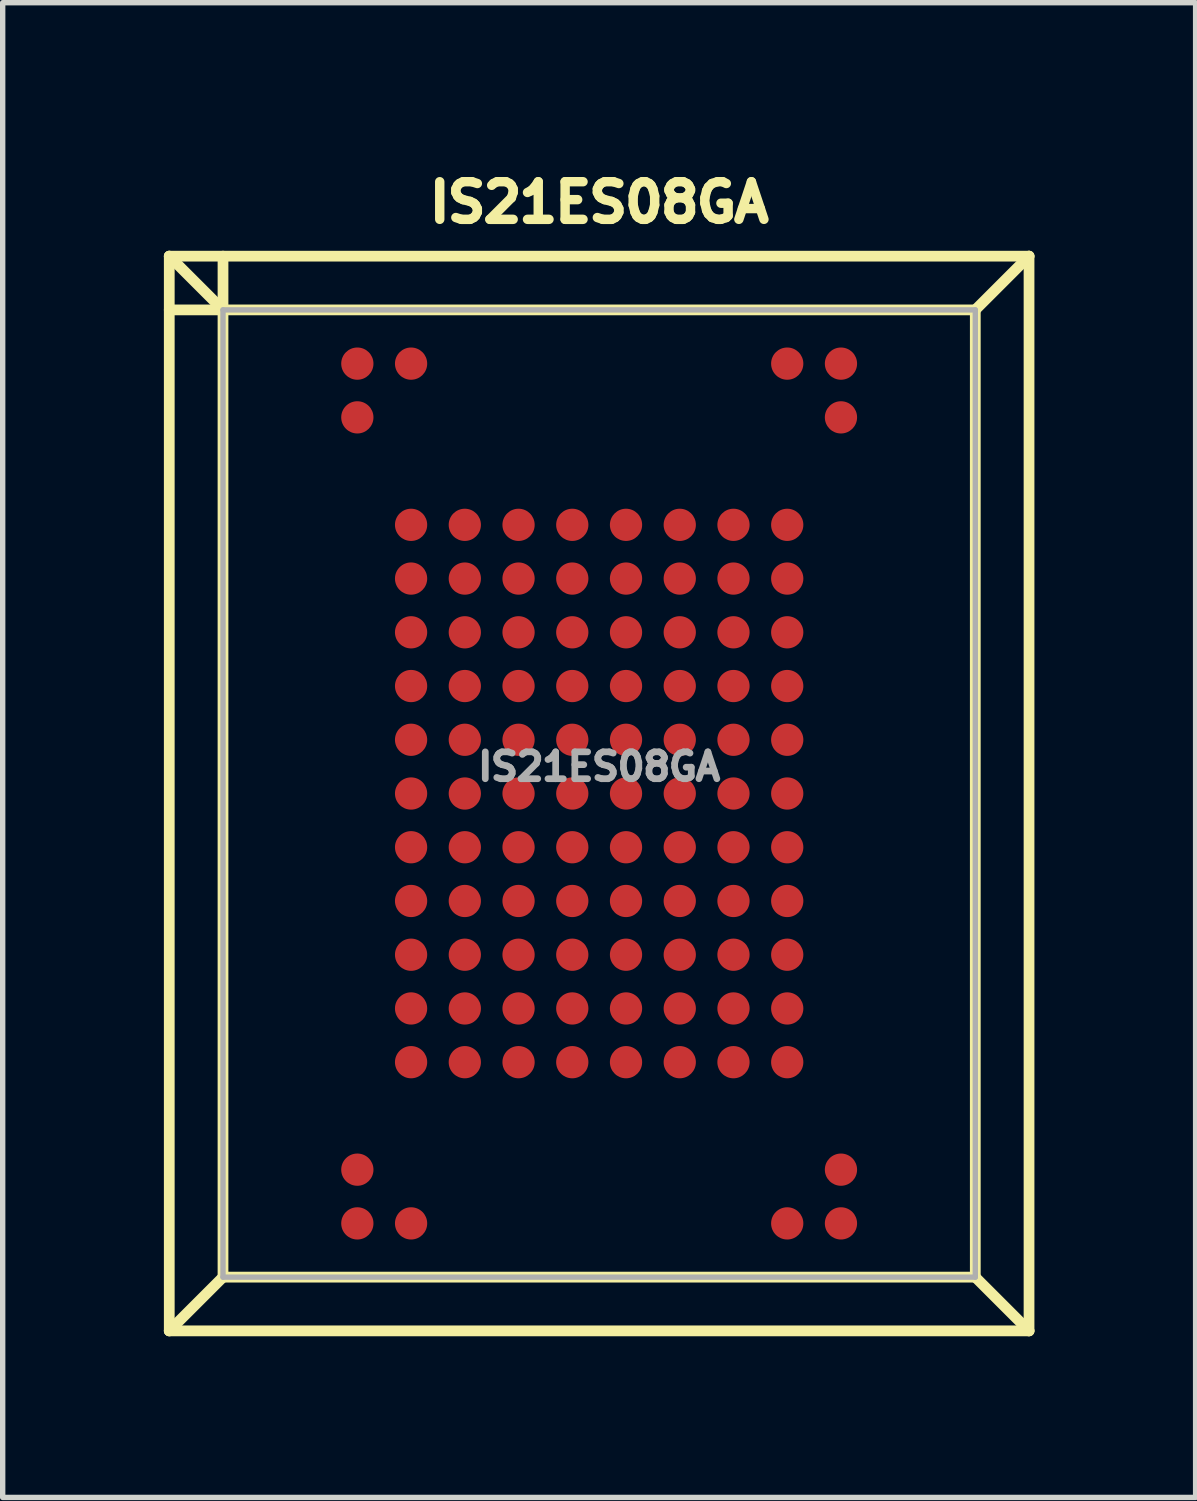
<source format=kicad_pcb>
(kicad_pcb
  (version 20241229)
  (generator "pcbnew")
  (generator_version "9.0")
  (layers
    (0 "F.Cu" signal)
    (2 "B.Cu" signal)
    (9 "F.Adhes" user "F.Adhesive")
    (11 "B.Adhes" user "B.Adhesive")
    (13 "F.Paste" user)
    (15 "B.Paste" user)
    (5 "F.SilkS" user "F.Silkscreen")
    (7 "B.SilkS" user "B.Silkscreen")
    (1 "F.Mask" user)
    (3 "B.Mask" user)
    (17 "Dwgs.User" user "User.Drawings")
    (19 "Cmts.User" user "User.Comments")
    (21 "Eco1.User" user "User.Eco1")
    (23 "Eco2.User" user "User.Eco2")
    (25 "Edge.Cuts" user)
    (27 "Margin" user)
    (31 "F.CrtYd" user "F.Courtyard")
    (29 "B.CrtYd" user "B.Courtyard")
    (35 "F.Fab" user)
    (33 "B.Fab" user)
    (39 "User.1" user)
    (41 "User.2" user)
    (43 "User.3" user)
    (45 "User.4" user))
  (footprint "IS21ES08GA"
    (layer "F.Cu")
    (at 8.1 11.717)
    (property "Reference" "IS21ES08GA" (at 0 -11 0) (layer "F.SilkS") (effects (font (size 0.7 0.7) (thickness 0.175) (bold yes))))
    (attr smd)
    (fp_line (start -8 -10) (end 8 -10) (stroke (width 0.2) (type default)) (layer "F.SilkS"))
    (fp_line (start -8 10) (end -8 -10) (stroke (width 0.2) (type default)) (layer "F.SilkS"))
    (fp_line (start -8 10) (end -7 9) (stroke (width 0.2) (type default)) (layer "F.SilkS"))
    (fp_line (start -7 -9) (end -8 -10) (stroke (width 0.2) (type default)) (layer "F.SilkS"))
    (fp_line (start -7 -9) (end -8 -9) (stroke (width 0.2) (type default)) (layer "F.SilkS"))
    (fp_line (start -7 -9) (end -7 -10) (stroke (width 0.2) (type default)) (layer "F.SilkS"))
    (fp_line (start -7 -9) (end -7 9) (stroke (width 0.2) (type default)) (layer "F.SilkS"))
    (fp_line (start -7 9) (end 7 9) (stroke (width 0.2) (type default)) (layer "F.SilkS"))
    (fp_line (start 7 -9) (end -7 -9) (stroke (width 0.2) (type default)) (layer "F.SilkS"))
    (fp_line (start 7 9) (end 7 -9) (stroke (width 0.2) (type default)) (layer "F.SilkS"))
    (fp_line (start 8 -10) (end 7 -9) (stroke (width 0.2) (type default)) (layer "F.SilkS"))
    (fp_line (start 8 -10) (end 8 10) (stroke (width 0.2) (type default)) (layer "F.SilkS"))
    (fp_line (start 8 10) (end -8 10) (stroke (width 0.2) (type default)) (layer "F.SilkS"))
    (fp_line (start 8 10) (end 7 9) (stroke (width 0.2) (type default)) (layer "F.SilkS"))
    (fp_line (start -7 -9) (end -7 9) (stroke (width 0.1) (type default)) (layer "F.Fab"))
    (fp_line (start -7 -9) (end 7 -9) (stroke (width 0.1) (type default)) (layer "F.Fab"))
    (fp_line (start -7 9) (end 7 9) (stroke (width 0.1) (type default)) (layer "F.Fab"))
    (fp_line (start 7 -9) (end 7 9) (stroke (width 0.1) (type default)) (layer "F.Fab"))
    (fp_text user "${REFERENCE}" (at 0 -0.5 0) (layer "F.Fab") (effects (font (size 0.5 0.5) (thickness 0.125))))
    (pad "A1" smd circle (at -4.5 -8) (size 0.6 0.6) (layers "F.Cu" "F.Mask" "F.Paste"))
    (pad "A2" smd circle (at -3.5 -8) (size 0.6 0.6) (layers "F.Cu" "F.Mask" "F.Paste"))
    (pad "A9" smd circle (at 3.5 -8) (size 0.6 0.6) (layers "F.Cu" "F.Mask" "F.Paste"))
    (pad "A10" smd circle (at 4.5 -8) (size 0.6 0.6) (layers "F.Cu" "F.Mask" "F.Paste"))
    (pad "B1" smd circle (at -4.5 -7) (size 0.6 0.6) (layers "F.Cu" "F.Mask" "F.Paste"))
    (pad "B10" smd circle (at 4.5 -7) (size 0.6 0.6) (layers "F.Cu" "F.Mask" "F.Paste"))
    (pad "D2" smd circle (at -3.5 -5) (size 0.6 0.6) (layers "F.Cu" "F.Mask" "F.Paste"))
    (pad "D3" smd circle (at -2.5 -5) (size 0.6 0.6) (layers "F.Cu" "F.Mask" "F.Paste"))
    (pad "D4" smd circle (at -1.5 -5) (size 0.6 0.6) (layers "F.Cu" "F.Mask" "F.Paste"))
    (pad "D5" smd circle (at -0.5 -5) (size 0.6 0.6) (layers "F.Cu" "F.Mask" "F.Paste"))
    (pad "D6" smd circle (at 0.5 -5) (size 0.6 0.6) (layers "F.Cu" "F.Mask" "F.Paste"))
    (pad "D7" smd circle (at 1.5 -5) (size 0.6 0.6) (layers "F.Cu" "F.Mask" "F.Paste"))
    (pad "D8" smd circle (at 2.5 -5) (size 0.6 0.6) (layers "F.Cu" "F.Mask" "F.Paste"))
    (pad "D9" smd circle (at 3.5 -5) (size 0.6 0.6) (layers "F.Cu" "F.Mask" "F.Paste"))
    (pad "E2" smd circle (at -3.5 -4) (size 0.6 0.6) (layers "F.Cu" "F.Mask" "F.Paste"))
    (pad "E3" smd circle (at -2.5 -4) (size 0.6 0.6) (layers "F.Cu" "F.Mask" "F.Paste"))
    (pad "E4" smd circle (at -1.5 -4) (size 0.6 0.6) (layers "F.Cu" "F.Mask" "F.Paste"))
    (pad "E5" smd circle (at -0.5 -4) (size 0.6 0.6) (layers "F.Cu" "F.Mask" "F.Paste"))
    (pad "E6" smd circle (at 0.5 -4) (size 0.6 0.6) (layers "F.Cu" "F.Mask" "F.Paste"))
    (pad "E7" smd circle (at 1.5 -4) (size 0.6 0.6) (layers "F.Cu" "F.Mask" "F.Paste"))
    (pad "E8" smd circle (at 2.5 -4) (size 0.6 0.6) (layers "F.Cu" "F.Mask" "F.Paste"))
    (pad "E9" smd circle (at 3.5 -4) (size 0.6 0.6) (layers "F.Cu" "F.Mask" "F.Paste"))
    (pad "F2" smd circle (at -3.5 -3) (size 0.6 0.6) (layers "F.Cu" "F.Mask" "F.Paste"))
    (pad "F3" smd circle (at -2.5 -3) (size 0.6 0.6) (layers "F.Cu" "F.Mask" "F.Paste"))
    (pad "F4" smd circle (at -1.5 -3) (size 0.6 0.6) (layers "F.Cu" "F.Mask" "F.Paste"))
    (pad "F5" smd circle (at -0.5 -3) (size 0.6 0.6) (layers "F.Cu" "F.Mask" "F.Paste"))
    (pad "F6" smd circle (at 0.5 -3) (size 0.6 0.6) (layers "F.Cu" "F.Mask" "F.Paste"))
    (pad "F7" smd circle (at 1.5 -3) (size 0.6 0.6) (layers "F.Cu" "F.Mask" "F.Paste"))
    (pad "F8" smd circle (at 2.5 -3) (size 0.6 0.6) (layers "F.Cu" "F.Mask" "F.Paste"))
    (pad "F9" smd circle (at 3.5 -3) (size 0.6 0.6) (layers "F.Cu" "F.Mask" "F.Paste"))
    (pad "G2" smd circle (at -3.5 -2) (size 0.6 0.6) (layers "F.Cu" "F.Mask" "F.Paste"))
    (pad "G3" smd circle (at -2.5 -2) (size 0.6 0.6) (layers "F.Cu" "F.Mask" "F.Paste"))
    (pad "G4" smd circle (at -1.5 -2) (size 0.6 0.6) (layers "F.Cu" "F.Mask" "F.Paste"))
    (pad "G5" smd circle (at -0.5 -2) (size 0.6 0.6) (layers "F.Cu" "F.Mask" "F.Paste"))
    (pad "G6" smd circle (at 0.5 -2) (size 0.6 0.6) (layers "F.Cu" "F.Mask" "F.Paste"))
    (pad "G7" smd circle (at 1.5 -2) (size 0.6 0.6) (layers "F.Cu" "F.Mask" "F.Paste"))
    (pad "G8" smd circle (at 2.5 -2) (size 0.6 0.6) (layers "F.Cu" "F.Mask" "F.Paste"))
    (pad "G9" smd circle (at 3.5 -2) (size 0.6 0.6) (layers "F.Cu" "F.Mask" "F.Paste"))
    (pad "H2" smd circle (at -3.5 -1) (size 0.6 0.6) (layers "F.Cu" "F.Mask" "F.Paste"))
    (pad "H3" smd circle (at -2.5 -1) (size 0.6 0.6) (layers "F.Cu" "F.Mask" "F.Paste"))
    (pad "H4" smd circle (at -1.5 -1) (size 0.6 0.6) (layers "F.Cu" "F.Mask" "F.Paste"))
    (pad "H5" smd circle (at -0.5 -1) (size 0.6 0.6) (layers "F.Cu" "F.Mask" "F.Paste"))
    (pad "H6" smd circle (at 0.5 -1) (size 0.6 0.6) (layers "F.Cu" "F.Mask" "F.Paste"))
    (pad "H7" smd circle (at 1.5 -1) (size 0.6 0.6) (layers "F.Cu" "F.Mask" "F.Paste"))
    (pad "H8" smd circle (at 2.5 -1) (size 0.6 0.6) (layers "F.Cu" "F.Mask" "F.Paste"))
    (pad "H9" smd circle (at 3.5 -1) (size 0.6 0.6) (layers "F.Cu" "F.Mask" "F.Paste"))
    (pad "J2" smd circle (at -3.5 0) (size 0.6 0.6) (layers "F.Cu" "F.Mask" "F.Paste"))
    (pad "J3" smd circle (at -2.5 0) (size 0.6 0.6) (layers "F.Cu" "F.Mask" "F.Paste"))
    (pad "J4" smd circle (at -1.5 0) (size 0.6 0.6) (layers "F.Cu" "F.Mask" "F.Paste"))
    (pad "J5" smd circle (at -0.5 0) (size 0.6 0.6) (layers "F.Cu" "F.Mask" "F.Paste"))
    (pad "J6" smd circle (at 0.5 0) (size 0.6 0.6) (layers "F.Cu" "F.Mask" "F.Paste"))
    (pad "J7" smd circle (at 1.5 0) (size 0.6 0.6) (layers "F.Cu" "F.Mask" "F.Paste"))
    (pad "J8" smd circle (at 2.5 0) (size 0.6 0.6) (layers "F.Cu" "F.Mask" "F.Paste"))
    (pad "J9" smd circle (at 3.5 0) (size 0.6 0.6) (layers "F.Cu" "F.Mask" "F.Paste"))
    (pad "K2" smd circle (at -3.5 1) (size 0.6 0.6) (layers "F.Cu" "F.Mask" "F.Paste"))
    (pad "K3" smd circle (at -2.5 1) (size 0.6 0.6) (layers "F.Cu" "F.Mask" "F.Paste"))
    (pad "K4" smd circle (at -1.5 1) (size 0.6 0.6) (layers "F.Cu" "F.Mask" "F.Paste"))
    (pad "K5" smd circle (at -0.5 1) (size 0.6 0.6) (layers "F.Cu" "F.Mask" "F.Paste"))
    (pad "K6" smd circle (at 0.5 1) (size 0.6 0.6) (layers "F.Cu" "F.Mask" "F.Paste"))
    (pad "K7" smd circle (at 1.5 1) (size 0.6 0.6) (layers "F.Cu" "F.Mask" "F.Paste"))
    (pad "K8" smd circle (at 2.5 1) (size 0.6 0.6) (layers "F.Cu" "F.Mask" "F.Paste"))
    (pad "K9" smd circle (at 3.5 1) (size 0.6 0.6) (layers "F.Cu" "F.Mask" "F.Paste"))
    (pad "L2" smd circle (at -3.5 2) (size 0.6 0.6) (layers "F.Cu" "F.Mask" "F.Paste"))
    (pad "L3" smd circle (at -2.5 2) (size 0.6 0.6) (layers "F.Cu" "F.Mask" "F.Paste"))
    (pad "L4" smd circle (at -1.5 2) (size 0.6 0.6) (layers "F.Cu" "F.Mask" "F.Paste"))
    (pad "L5" smd circle (at -0.5 2) (size 0.6 0.6) (layers "F.Cu" "F.Mask" "F.Paste"))
    (pad "L6" smd circle (at 0.5 2) (size 0.6 0.6) (layers "F.Cu" "F.Mask" "F.Paste"))
    (pad "L7" smd circle (at 1.5 2) (size 0.6 0.6) (layers "F.Cu" "F.Mask" "F.Paste"))
    (pad "L8" smd circle (at 2.5 2) (size 0.6 0.6) (layers "F.Cu" "F.Mask" "F.Paste"))
    (pad "L9" smd circle (at 3.5 2) (size 0.6 0.6) (layers "F.Cu" "F.Mask" "F.Paste"))
    (pad "M2" smd circle (at -3.5 3) (size 0.6 0.6) (layers "F.Cu" "F.Mask" "F.Paste"))
    (pad "M3" smd circle (at -2.5 3) (size 0.6 0.6) (layers "F.Cu" "F.Mask" "F.Paste"))
    (pad "M4" smd circle (at -1.5 3) (size 0.6 0.6) (layers "F.Cu" "F.Mask" "F.Paste"))
    (pad "M5" smd circle (at -0.5 3) (size 0.6 0.6) (layers "F.Cu" "F.Mask" "F.Paste"))
    (pad "M6" smd circle (at 0.5 3) (size 0.6 0.6) (layers "F.Cu" "F.Mask" "F.Paste"))
    (pad "M7" smd circle (at 1.5 3) (size 0.6 0.6) (layers "F.Cu" "F.Mask" "F.Paste"))
    (pad "M8" smd circle (at 2.5 3) (size 0.6 0.6) (layers "F.Cu" "F.Mask" "F.Paste"))
    (pad "M9" smd circle (at 3.5 3) (size 0.6 0.6) (layers "F.Cu" "F.Mask" "F.Paste"))
    (pad "N2" smd circle (at -3.5 4) (size 0.6 0.6) (layers "F.Cu" "F.Mask" "F.Paste"))
    (pad "N3" smd circle (at -2.5 4) (size 0.6 0.6) (layers "F.Cu" "F.Mask" "F.Paste"))
    (pad "N4" smd circle (at -1.5 4) (size 0.6 0.6) (layers "F.Cu" "F.Mask" "F.Paste"))
    (pad "N5" smd circle (at -0.5 4) (size 0.6 0.6) (layers "F.Cu" "F.Mask" "F.Paste"))
    (pad "N6" smd circle (at 0.5 4) (size 0.6 0.6) (layers "F.Cu" "F.Mask" "F.Paste"))
    (pad "N7" smd circle (at 1.5 4) (size 0.6 0.6) (layers "F.Cu" "F.Mask" "F.Paste"))
    (pad "N8" smd circle (at 2.5 4) (size 0.6 0.6) (layers "F.Cu" "F.Mask" "F.Paste"))
    (pad "N9" smd circle (at 3.5 4) (size 0.6 0.6) (layers "F.Cu" "F.Mask" "F.Paste"))
    (pad "P2" smd circle (at -3.5 5) (size 0.6 0.6) (layers "F.Cu" "F.Mask" "F.Paste"))
    (pad "P3" smd circle (at -2.5 5) (size 0.6 0.6) (layers "F.Cu" "F.Mask" "F.Paste"))
    (pad "P4" smd circle (at -1.5 5) (size 0.6 0.6) (layers "F.Cu" "F.Mask" "F.Paste"))
    (pad "P5" smd circle (at -0.5 5) (size 0.6 0.6) (layers "F.Cu" "F.Mask" "F.Paste"))
    (pad "P6" smd circle (at 0.5 5) (size 0.6 0.6) (layers "F.Cu" "F.Mask" "F.Paste"))
    (pad "P7" smd circle (at 1.5 5) (size 0.6 0.6) (layers "F.Cu" "F.Mask" "F.Paste"))
    (pad "P8" smd circle (at 2.5 5) (size 0.6 0.6) (layers "F.Cu" "F.Mask" "F.Paste"))
    (pad "P9" smd circle (at 3.5 5) (size 0.6 0.6) (layers "F.Cu" "F.Mask" "F.Paste"))
    (pad "T1" smd circle (at -4.5 7) (size 0.6 0.6) (layers "F.Cu" "F.Mask" "F.Paste"))
    (pad "T10" smd circle (at 4.5 7) (size 0.6 0.6) (layers "F.Cu" "F.Mask" "F.Paste"))
    (pad "U1" smd circle (at -4.5 8) (size 0.6 0.6) (layers "F.Cu" "F.Mask" "F.Paste"))
    (pad "U2" smd circle (at -3.5 8) (size 0.6 0.6) (layers "F.Cu" "F.Mask" "F.Paste"))
    (pad "U9" smd circle (at 3.5 8) (size 0.6 0.6) (layers "F.Cu" "F.Mask" "F.Paste"))
    (pad "U10" smd circle (at 4.5 8) (size 0.6 0.6) (layers "F.Cu" "F.Mask" "F.Paste")))
  (gr_rect
    (start -3 -3)
    (end 19.2 24.817)
    (stroke (width 0.1) (type default))
    (fill no)
    (layer "Edge.Cuts")))
</source>
